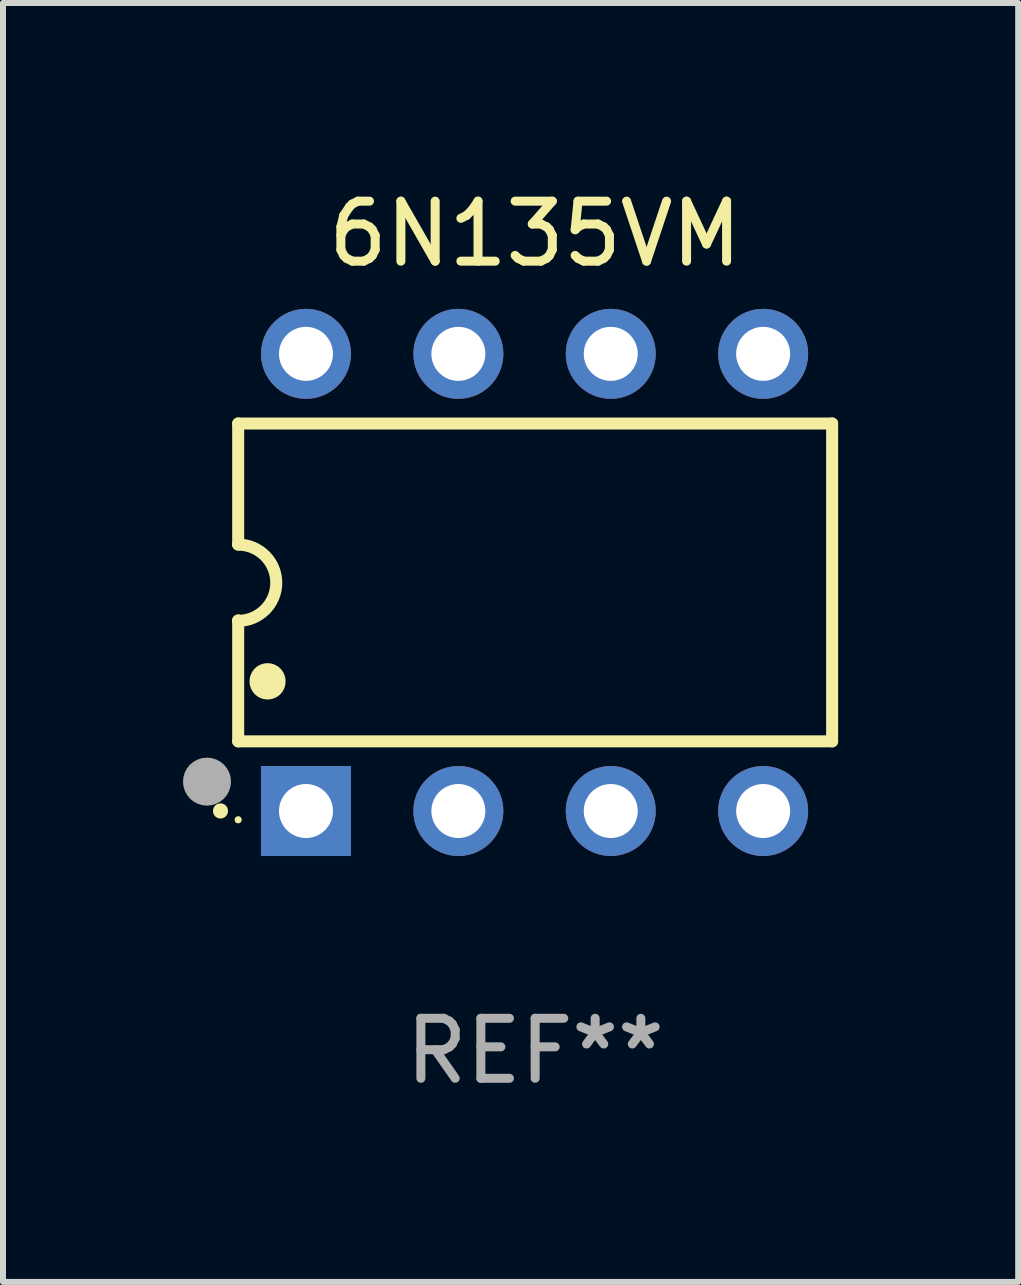
<source format=kicad_pcb>
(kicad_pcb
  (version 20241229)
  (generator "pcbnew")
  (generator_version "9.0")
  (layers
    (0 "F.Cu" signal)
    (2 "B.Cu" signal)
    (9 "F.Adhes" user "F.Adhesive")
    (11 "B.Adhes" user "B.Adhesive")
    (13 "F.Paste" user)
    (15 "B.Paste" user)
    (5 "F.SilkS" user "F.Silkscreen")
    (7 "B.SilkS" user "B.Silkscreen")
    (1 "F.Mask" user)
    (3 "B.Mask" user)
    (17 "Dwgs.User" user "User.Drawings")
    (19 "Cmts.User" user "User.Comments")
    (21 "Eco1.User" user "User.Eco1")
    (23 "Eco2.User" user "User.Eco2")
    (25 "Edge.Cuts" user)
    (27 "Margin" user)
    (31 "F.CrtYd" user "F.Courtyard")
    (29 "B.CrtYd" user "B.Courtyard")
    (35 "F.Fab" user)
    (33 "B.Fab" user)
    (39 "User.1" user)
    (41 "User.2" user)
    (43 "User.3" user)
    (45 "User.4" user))
  (footprint "6N135VM"
    (layer "F.Cu")
    (at 5.87 6.658)
    (property "Reference" "6N135VM" (at 0 -5.81 0) (layer "F.SilkS") (effects (font (size 1 1) (thickness 0.15))))
    (attr through_hole)
    (fp_line (start -4.95 -2.649) (end 4.95 -2.649) (stroke (width 0.2) (type solid)) (layer "F.SilkS"))
    (fp_line (start -4.95 -0.635) (end -4.95 -2.649) (stroke (width 0.2) (type solid)) (layer "F.SilkS"))
    (fp_line (start -4.95 0.635) (end -4.95 0.64) (stroke (width 0.2) (type solid)) (layer "F.SilkS"))
    (fp_line (start -4.95 2.649) (end -4.95 0.635) (stroke (width 0.2) (type solid)) (layer "F.SilkS"))
    (fp_line (start -4.95 -0.64) (end -4.95 -0.635) (stroke (width 0.2) (type solid)) (layer "F.SilkS"))
    (fp_line (start 4.95 -2.649) (end 4.95 2.649) (stroke (width 0.2) (type solid)) (layer "F.SilkS"))
    (fp_line (start 4.95 2.649) (end -4.95 2.649) (stroke (width 0.2) (type solid)) (layer "F.SilkS"))
    (fp_arc (start -5.24511 3.810008) (mid -5.245117 3.808738) (end -5.24511 3.807468) (stroke (width 0.25) (type solid)) (layer "F.SilkS"))
    (fp_arc (start -4.950165 -0.629997) (mid -4.315164 0.005004) (end -4.950165 0.640005) (stroke (width 0.2) (type solid)) (layer "F.SilkS"))
    (fp_arc (start -4.460249 1.651003) (mid -4.46026 1.648463) (end -4.460249 1.645923) (stroke (width 0.6) (type solid)) (layer "F.SilkS"))
    (fp_circle (center -4.95 3.956) (end -4.92 3.956) (stroke (width 0.06) (type solid)) (fill no) (layer "F.SilkS"))
    (fp_circle (center -5.47 3.32) (end -5.27 3.32) (stroke (width 0.4) (type solid)) (fill no) (layer "F.Fab"))
    (fp_text user "REF**" (at 0 7.81 0) (layer "F.Fab") (effects (font (size 1 1) (thickness 0.15))))
    (pad "1" thru_hole rect (at -3.82 3.81) (size 1.5 1.5) (drill 0.9) (layers "*.Cu" "*.Mask"))
    (pad "2" thru_hole circle (at -1.28 3.81) (size 1.5 1.5) (drill 0.9) (layers "*.Cu" "*.Mask"))
    (pad "3" thru_hole circle (at 1.26 3.81) (size 1.5 1.5) (drill 0.9) (layers "*.Cu" "*.Mask"))
    (pad "4" thru_hole circle (at 3.8 3.81) (size 1.5 1.5) (drill 0.9) (layers "*.Cu" "*.Mask"))
    (pad "5" thru_hole circle (at 3.8 -3.81) (size 1.5 1.5) (drill 0.9) (layers "*.Cu" "*.Mask"))
    (pad "6" thru_hole circle (at 1.26 -3.81) (size 1.5 1.5) (drill 0.9) (layers "*.Cu" "*.Mask"))
    (pad "7" thru_hole circle (at -1.28 -3.81) (size 1.5 1.5) (drill 0.9) (layers "*.Cu" "*.Mask"))
    (pad "8" thru_hole circle (at -3.82 -3.81) (size 1.5 1.5) (drill 0.9) (layers "*.Cu" "*.Mask")))
  (gr_rect
    (start -3 -3)
    (end 13.921 18.317)
    (stroke (width 0.1) (type default))
    (fill no)
    (layer "Edge.Cuts")))
</source>
